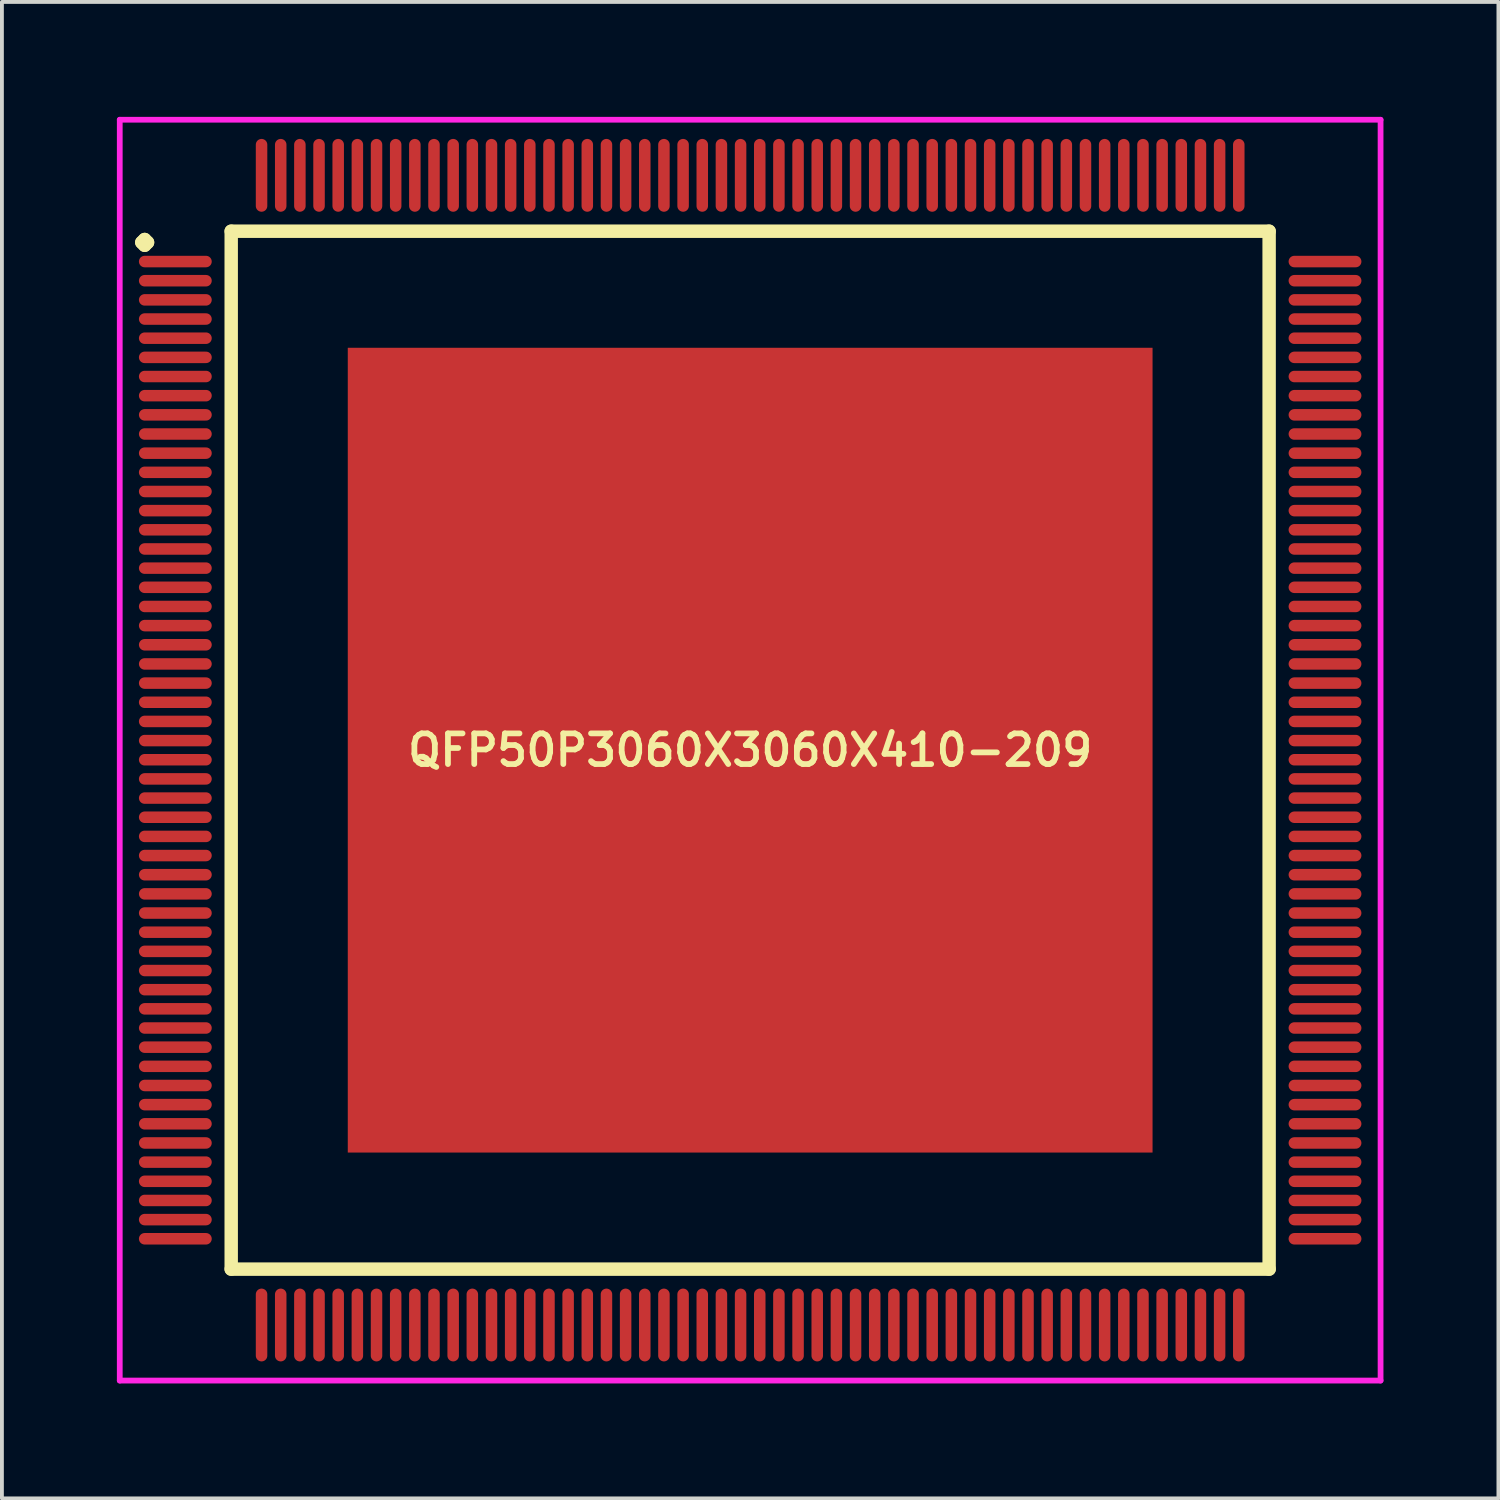
<source format=kicad_pcb>
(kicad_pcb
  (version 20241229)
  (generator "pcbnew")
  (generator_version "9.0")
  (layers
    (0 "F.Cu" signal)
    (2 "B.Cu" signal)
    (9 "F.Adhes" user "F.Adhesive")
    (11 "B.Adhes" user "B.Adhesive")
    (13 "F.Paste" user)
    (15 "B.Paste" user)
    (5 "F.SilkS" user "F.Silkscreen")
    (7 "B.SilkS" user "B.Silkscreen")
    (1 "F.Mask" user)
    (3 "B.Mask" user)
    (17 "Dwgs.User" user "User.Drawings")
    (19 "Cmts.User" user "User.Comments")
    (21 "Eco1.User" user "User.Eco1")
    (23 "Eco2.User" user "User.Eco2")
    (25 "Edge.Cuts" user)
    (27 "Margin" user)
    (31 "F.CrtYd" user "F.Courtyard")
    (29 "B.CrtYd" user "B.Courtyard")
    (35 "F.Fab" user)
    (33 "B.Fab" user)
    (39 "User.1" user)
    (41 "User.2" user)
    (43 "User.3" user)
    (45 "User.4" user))
  (footprint "QFP50P3060X3060X410-209"
    (layer "F.Cu")
    (at 16.525 16.525)
    (property "Reference" "QFP50P3060X3060X410-209" (at 0 0 0) (layer "F.SilkS") (effects (font (size 0.8 0.8) (thickness 0.15))))
    (attr smd)
    (fp_line (start -15.875 -13.25) (end -15.8 -13.325) (stroke (width 0.35) (type solid)) (layer "F.SilkS"))
    (fp_line (start -15.8 -13.325) (end -15.725 -13.25) (stroke (width 0.35) (type solid)) (layer "F.SilkS"))
    (fp_line (start -15.8 -13.175) (end -15.875 -13.25) (stroke (width 0.35) (type solid)) (layer "F.SilkS"))
    (fp_line (start -15.725 -13.25) (end -15.8 -13.175) (stroke (width 0.35) (type solid)) (layer "F.SilkS"))
    (fp_line (start -13.542 -13.542) (end -13.542 13.542) (stroke (width 0.35) (type solid)) (layer "F.SilkS"))
    (fp_line (start -13.542 13.542) (end 13.542 13.542) (stroke (width 0.35) (type solid)) (layer "F.SilkS"))
    (fp_line (start 13.542 -13.542) (end -13.542 -13.542) (stroke (width 0.35) (type solid)) (layer "F.SilkS"))
    (fp_line (start 13.542 13.542) (end 13.542 -13.542) (stroke (width 0.35) (type solid)) (layer "F.SilkS"))
    (fp_line (start -16.45 -16.45) (end 16.45 -16.45) (stroke (width 0.15) (type solid)) (layer "F.CrtYd"))
    (fp_line (start -16.45 16.45) (end -16.45 -16.45) (stroke (width 0.15) (type solid)) (layer "F.CrtYd"))
    (fp_line (start 16.45 -16.45) (end 16.45 16.45) (stroke (width 0.15) (type solid)) (layer "F.CrtYd"))
    (fp_line (start 16.45 16.45) (end -16.45 16.45) (stroke (width 0.15) (type solid)) (layer "F.CrtYd"))
    (pad "1" smd oval (at -15 -12.75) (size 1.9 0.3) (layers "F.Cu" "F.Mask" "F.Paste"))
    (pad "2" smd oval (at -15 -12.25) (size 1.9 0.3) (layers "F.Cu" "F.Mask" "F.Paste"))
    (pad "3" smd oval (at -15 -11.75) (size 1.9 0.3) (layers "F.Cu" "F.Mask" "F.Paste"))
    (pad "4" smd oval (at -15 -11.25) (size 1.9 0.3) (layers "F.Cu" "F.Mask" "F.Paste"))
    (pad "5" smd oval (at -15 -10.75) (size 1.9 0.3) (layers "F.Cu" "F.Mask" "F.Paste"))
    (pad "6" smd oval (at -15 -10.25) (size 1.9 0.3) (layers "F.Cu" "F.Mask" "F.Paste"))
    (pad "7" smd oval (at -15 -9.75) (size 1.9 0.3) (layers "F.Cu" "F.Mask" "F.Paste"))
    (pad "8" smd oval (at -15 -9.25) (size 1.9 0.3) (layers "F.Cu" "F.Mask" "F.Paste"))
    (pad "9" smd oval (at -15 -8.75) (size 1.9 0.3) (layers "F.Cu" "F.Mask" "F.Paste"))
    (pad "10" smd oval (at -15 -8.25) (size 1.9 0.3) (layers "F.Cu" "F.Mask" "F.Paste"))
    (pad "11" smd oval (at -15 -7.75) (size 1.9 0.3) (layers "F.Cu" "F.Mask" "F.Paste"))
    (pad "12" smd oval (at -15 -7.25) (size 1.9 0.3) (layers "F.Cu" "F.Mask" "F.Paste"))
    (pad "13" smd oval (at -15 -6.75) (size 1.9 0.3) (layers "F.Cu" "F.Mask" "F.Paste"))
    (pad "14" smd oval (at -15 -6.25) (size 1.9 0.3) (layers "F.Cu" "F.Mask" "F.Paste"))
    (pad "15" smd oval (at -15 -5.75) (size 1.9 0.3) (layers "F.Cu" "F.Mask" "F.Paste"))
    (pad "16" smd oval (at -15 -5.25) (size 1.9 0.3) (layers "F.Cu" "F.Mask" "F.Paste"))
    (pad "17" smd oval (at -15 -4.75) (size 1.9 0.3) (layers "F.Cu" "F.Mask" "F.Paste"))
    (pad "18" smd oval (at -15 -4.25) (size 1.9 0.3) (layers "F.Cu" "F.Mask" "F.Paste"))
    (pad "19" smd oval (at -15 -3.75) (size 1.9 0.3) (layers "F.Cu" "F.Mask" "F.Paste"))
    (pad "20" smd oval (at -15 -3.25) (size 1.9 0.3) (layers "F.Cu" "F.Mask" "F.Paste"))
    (pad "21" smd oval (at -15 -2.75) (size 1.9 0.3) (layers "F.Cu" "F.Mask" "F.Paste"))
    (pad "22" smd oval (at -15 -2.25) (size 1.9 0.3) (layers "F.Cu" "F.Mask" "F.Paste"))
    (pad "23" smd oval (at -15 -1.75) (size 1.9 0.3) (layers "F.Cu" "F.Mask" "F.Paste"))
    (pad "24" smd oval (at -15 -1.25) (size 1.9 0.3) (layers "F.Cu" "F.Mask" "F.Paste"))
    (pad "25" smd oval (at -15 -0.75) (size 1.9 0.3) (layers "F.Cu" "F.Mask" "F.Paste"))
    (pad "26" smd oval (at -15 -0.25) (size 1.9 0.3) (layers "F.Cu" "F.Mask" "F.Paste"))
    (pad "27" smd oval (at -15 0.25) (size 1.9 0.3) (layers "F.Cu" "F.Mask" "F.Paste"))
    (pad "28" smd oval (at -15 0.75) (size 1.9 0.3) (layers "F.Cu" "F.Mask" "F.Paste"))
    (pad "29" smd oval (at -15 1.25) (size 1.9 0.3) (layers "F.Cu" "F.Mask" "F.Paste"))
    (pad "30" smd oval (at -15 1.75) (size 1.9 0.3) (layers "F.Cu" "F.Mask" "F.Paste"))
    (pad "31" smd oval (at -15 2.25) (size 1.9 0.3) (layers "F.Cu" "F.Mask" "F.Paste"))
    (pad "32" smd oval (at -15 2.75) (size 1.9 0.3) (layers "F.Cu" "F.Mask" "F.Paste"))
    (pad "33" smd oval (at -15 3.25) (size 1.9 0.3) (layers "F.Cu" "F.Mask" "F.Paste"))
    (pad "34" smd oval (at -15 3.75) (size 1.9 0.3) (layers "F.Cu" "F.Mask" "F.Paste"))
    (pad "35" smd oval (at -15 4.25) (size 1.9 0.3) (layers "F.Cu" "F.Mask" "F.Paste"))
    (pad "36" smd oval (at -15 4.75) (size 1.9 0.3) (layers "F.Cu" "F.Mask" "F.Paste"))
    (pad "37" smd oval (at -15 5.25) (size 1.9 0.3) (layers "F.Cu" "F.Mask" "F.Paste"))
    (pad "38" smd oval (at -15 5.75) (size 1.9 0.3) (layers "F.Cu" "F.Mask" "F.Paste"))
    (pad "39" smd oval (at -15 6.25) (size 1.9 0.3) (layers "F.Cu" "F.Mask" "F.Paste"))
    (pad "40" smd oval (at -15 6.75) (size 1.9 0.3) (layers "F.Cu" "F.Mask" "F.Paste"))
    (pad "41" smd oval (at -15 7.25) (size 1.9 0.3) (layers "F.Cu" "F.Mask" "F.Paste"))
    (pad "42" smd oval (at -15 7.75) (size 1.9 0.3) (layers "F.Cu" "F.Mask" "F.Paste"))
    (pad "43" smd oval (at -15 8.25) (size 1.9 0.3) (layers "F.Cu" "F.Mask" "F.Paste"))
    (pad "44" smd oval (at -15 8.75) (size 1.9 0.3) (layers "F.Cu" "F.Mask" "F.Paste"))
    (pad "45" smd oval (at -15 9.25) (size 1.9 0.3) (layers "F.Cu" "F.Mask" "F.Paste"))
    (pad "46" smd oval (at -15 9.75) (size 1.9 0.3) (layers "F.Cu" "F.Mask" "F.Paste"))
    (pad "47" smd oval (at -15 10.25) (size 1.9 0.3) (layers "F.Cu" "F.Mask" "F.Paste"))
    (pad "48" smd oval (at -15 10.75) (size 1.9 0.3) (layers "F.Cu" "F.Mask" "F.Paste"))
    (pad "49" smd oval (at -15 11.25) (size 1.9 0.3) (layers "F.Cu" "F.Mask" "F.Paste"))
    (pad "50" smd oval (at -15 11.75) (size 1.9 0.3) (layers "F.Cu" "F.Mask" "F.Paste"))
    (pad "51" smd oval (at -15 12.25) (size 1.9 0.3) (layers "F.Cu" "F.Mask" "F.Paste"))
    (pad "52" smd oval (at -15 12.75) (size 1.9 0.3) (layers "F.Cu" "F.Mask" "F.Paste"))
    (pad "53" smd oval (at -12.75 15) (size 0.3 1.9) (layers "F.Cu" "F.Mask" "F.Paste"))
    (pad "54" smd oval (at -12.25 15) (size 0.3 1.9) (layers "F.Cu" "F.Mask" "F.Paste"))
    (pad "55" smd oval (at -11.75 15) (size 0.3 1.9) (layers "F.Cu" "F.Mask" "F.Paste"))
    (pad "56" smd oval (at -11.25 15) (size 0.3 1.9) (layers "F.Cu" "F.Mask" "F.Paste"))
    (pad "57" smd oval (at -10.75 15) (size 0.3 1.9) (layers "F.Cu" "F.Mask" "F.Paste"))
    (pad "58" smd oval (at -10.25 15) (size 0.3 1.9) (layers "F.Cu" "F.Mask" "F.Paste"))
    (pad "59" smd oval (at -9.75 15) (size 0.3 1.9) (layers "F.Cu" "F.Mask" "F.Paste"))
    (pad "60" smd oval (at -9.25 15) (size 0.3 1.9) (layers "F.Cu" "F.Mask" "F.Paste"))
    (pad "61" smd oval (at -8.75 15) (size 0.3 1.9) (layers "F.Cu" "F.Mask" "F.Paste"))
    (pad "62" smd oval (at -8.25 15) (size 0.3 1.9) (layers "F.Cu" "F.Mask" "F.Paste"))
    (pad "63" smd oval (at -7.75 15) (size 0.3 1.9) (layers "F.Cu" "F.Mask" "F.Paste"))
    (pad "64" smd oval (at -7.25 15) (size 0.3 1.9) (layers "F.Cu" "F.Mask" "F.Paste"))
    (pad "65" smd oval (at -6.75 15) (size 0.3 1.9) (layers "F.Cu" "F.Mask" "F.Paste"))
    (pad "66" smd oval (at -6.25 15) (size 0.3 1.9) (layers "F.Cu" "F.Mask" "F.Paste"))
    (pad "67" smd oval (at -5.75 15) (size 0.3 1.9) (layers "F.Cu" "F.Mask" "F.Paste"))
    (pad "68" smd oval (at -5.25 15) (size 0.3 1.9) (layers "F.Cu" "F.Mask" "F.Paste"))
    (pad "69" smd oval (at -4.75 15) (size 0.3 1.9) (layers "F.Cu" "F.Mask" "F.Paste"))
    (pad "70" smd oval (at -4.25 15) (size 0.3 1.9) (layers "F.Cu" "F.Mask" "F.Paste"))
    (pad "71" smd oval (at -3.75 15) (size 0.3 1.9) (layers "F.Cu" "F.Mask" "F.Paste"))
    (pad "72" smd oval (at -3.25 15) (size 0.3 1.9) (layers "F.Cu" "F.Mask" "F.Paste"))
    (pad "73" smd oval (at -2.75 15) (size 0.3 1.9) (layers "F.Cu" "F.Mask" "F.Paste"))
    (pad "74" smd oval (at -2.25 15) (size 0.3 1.9) (layers "F.Cu" "F.Mask" "F.Paste"))
    (pad "75" smd oval (at -1.75 15) (size 0.3 1.9) (layers "F.Cu" "F.Mask" "F.Paste"))
    (pad "76" smd oval (at -1.25 15) (size 0.3 1.9) (layers "F.Cu" "F.Mask" "F.Paste"))
    (pad "77" smd oval (at -0.75 15) (size 0.3 1.9) (layers "F.Cu" "F.Mask" "F.Paste"))
    (pad "78" smd oval (at -0.25 15) (size 0.3 1.9) (layers "F.Cu" "F.Mask" "F.Paste"))
    (pad "79" smd oval (at 0.25 15) (size 0.3 1.9) (layers "F.Cu" "F.Mask" "F.Paste"))
    (pad "80" smd oval (at 0.75 15) (size 0.3 1.9) (layers "F.Cu" "F.Mask" "F.Paste"))
    (pad "81" smd oval (at 1.25 15) (size 0.3 1.9) (layers "F.Cu" "F.Mask" "F.Paste"))
    (pad "82" smd oval (at 1.75 15) (size 0.3 1.9) (layers "F.Cu" "F.Mask" "F.Paste"))
    (pad "83" smd oval (at 2.25 15) (size 0.3 1.9) (layers "F.Cu" "F.Mask" "F.Paste"))
    (pad "84" smd oval (at 2.75 15) (size 0.3 1.9) (layers "F.Cu" "F.Mask" "F.Paste"))
    (pad "85" smd oval (at 3.25 15) (size 0.3 1.9) (layers "F.Cu" "F.Mask" "F.Paste"))
    (pad "86" smd oval (at 3.75 15) (size 0.3 1.9) (layers "F.Cu" "F.Mask" "F.Paste"))
    (pad "87" smd oval (at 4.25 15) (size 0.3 1.9) (layers "F.Cu" "F.Mask" "F.Paste"))
    (pad "88" smd oval (at 4.75 15) (size 0.3 1.9) (layers "F.Cu" "F.Mask" "F.Paste"))
    (pad "89" smd oval (at 5.25 15) (size 0.3 1.9) (layers "F.Cu" "F.Mask" "F.Paste"))
    (pad "90" smd oval (at 5.75 15) (size 0.3 1.9) (layers "F.Cu" "F.Mask" "F.Paste"))
    (pad "91" smd oval (at 6.25 15) (size 0.3 1.9) (layers "F.Cu" "F.Mask" "F.Paste"))
    (pad "92" smd oval (at 6.75 15) (size 0.3 1.9) (layers "F.Cu" "F.Mask" "F.Paste"))
    (pad "93" smd oval (at 7.25 15) (size 0.3 1.9) (layers "F.Cu" "F.Mask" "F.Paste"))
    (pad "94" smd oval (at 7.75 15) (size 0.3 1.9) (layers "F.Cu" "F.Mask" "F.Paste"))
    (pad "95" smd oval (at 8.25 15) (size 0.3 1.9) (layers "F.Cu" "F.Mask" "F.Paste"))
    (pad "96" smd oval (at 8.75 15) (size 0.3 1.9) (layers "F.Cu" "F.Mask" "F.Paste"))
    (pad "97" smd oval (at 9.25 15) (size 0.3 1.9) (layers "F.Cu" "F.Mask" "F.Paste"))
    (pad "98" smd oval (at 9.75 15) (size 0.3 1.9) (layers "F.Cu" "F.Mask" "F.Paste"))
    (pad "99" smd oval (at 10.25 15) (size 0.3 1.9) (layers "F.Cu" "F.Mask" "F.Paste"))
    (pad "100" smd oval (at 10.75 15) (size 0.3 1.9) (layers "F.Cu" "F.Mask" "F.Paste"))
    (pad "101" smd oval (at 11.25 15) (size 0.3 1.9) (layers "F.Cu" "F.Mask" "F.Paste"))
    (pad "102" smd oval (at 11.75 15) (size 0.3 1.9) (layers "F.Cu" "F.Mask" "F.Paste"))
    (pad "103" smd oval (at 12.25 15) (size 0.3 1.9) (layers "F.Cu" "F.Mask" "F.Paste"))
    (pad "104" smd oval (at 12.75 15) (size 0.3 1.9) (layers "F.Cu" "F.Mask" "F.Paste"))
    (pad "105" smd oval (at 15 12.75) (size 1.9 0.3) (layers "F.Cu" "F.Mask" "F.Paste"))
    (pad "106" smd oval (at 15 12.25) (size 1.9 0.3) (layers "F.Cu" "F.Mask" "F.Paste"))
    (pad "107" smd oval (at 15 11.75) (size 1.9 0.3) (layers "F.Cu" "F.Mask" "F.Paste"))
    (pad "108" smd oval (at 15 11.25) (size 1.9 0.3) (layers "F.Cu" "F.Mask" "F.Paste"))
    (pad "109" smd oval (at 15 10.75) (size 1.9 0.3) (layers "F.Cu" "F.Mask" "F.Paste"))
    (pad "110" smd oval (at 15 10.25) (size 1.9 0.3) (layers "F.Cu" "F.Mask" "F.Paste"))
    (pad "111" smd oval (at 15 9.75) (size 1.9 0.3) (layers "F.Cu" "F.Mask" "F.Paste"))
    (pad "112" smd oval (at 15 9.25) (size 1.9 0.3) (layers "F.Cu" "F.Mask" "F.Paste"))
    (pad "113" smd oval (at 15 8.75) (size 1.9 0.3) (layers "F.Cu" "F.Mask" "F.Paste"))
    (pad "114" smd oval (at 15 8.25) (size 1.9 0.3) (layers "F.Cu" "F.Mask" "F.Paste"))
    (pad "115" smd oval (at 15 7.75) (size 1.9 0.3) (layers "F.Cu" "F.Mask" "F.Paste"))
    (pad "116" smd oval (at 15 7.25) (size 1.9 0.3) (layers "F.Cu" "F.Mask" "F.Paste"))
    (pad "117" smd oval (at 15 6.75) (size 1.9 0.3) (layers "F.Cu" "F.Mask" "F.Paste"))
    (pad "118" smd oval (at 15 6.25) (size 1.9 0.3) (layers "F.Cu" "F.Mask" "F.Paste"))
    (pad "119" smd oval (at 15 5.75) (size 1.9 0.3) (layers "F.Cu" "F.Mask" "F.Paste"))
    (pad "120" smd oval (at 15 5.25) (size 1.9 0.3) (layers "F.Cu" "F.Mask" "F.Paste"))
    (pad "121" smd oval (at 15 4.75) (size 1.9 0.3) (layers "F.Cu" "F.Mask" "F.Paste"))
    (pad "122" smd oval (at 15 4.25) (size 1.9 0.3) (layers "F.Cu" "F.Mask" "F.Paste"))
    (pad "123" smd oval (at 15 3.75) (size 1.9 0.3) (layers "F.Cu" "F.Mask" "F.Paste"))
    (pad "124" smd oval (at 15 3.25) (size 1.9 0.3) (layers "F.Cu" "F.Mask" "F.Paste"))
    (pad "125" smd oval (at 15 2.75) (size 1.9 0.3) (layers "F.Cu" "F.Mask" "F.Paste"))
    (pad "126" smd oval (at 15 2.25) (size 1.9 0.3) (layers "F.Cu" "F.Mask" "F.Paste"))
    (pad "127" smd oval (at 15 1.75) (size 1.9 0.3) (layers "F.Cu" "F.Mask" "F.Paste"))
    (pad "128" smd oval (at 15 1.25) (size 1.9 0.3) (layers "F.Cu" "F.Mask" "F.Paste"))
    (pad "129" smd oval (at 15 0.75) (size 1.9 0.3) (layers "F.Cu" "F.Mask" "F.Paste"))
    (pad "130" smd oval (at 15 0.25) (size 1.9 0.3) (layers "F.Cu" "F.Mask" "F.Paste"))
    (pad "131" smd oval (at 15 -0.25) (size 1.9 0.3) (layers "F.Cu" "F.Mask" "F.Paste"))
    (pad "132" smd oval (at 15 -0.75) (size 1.9 0.3) (layers "F.Cu" "F.Mask" "F.Paste"))
    (pad "133" smd oval (at 15 -1.25) (size 1.9 0.3) (layers "F.Cu" "F.Mask" "F.Paste"))
    (pad "134" smd oval (at 15 -1.75) (size 1.9 0.3) (layers "F.Cu" "F.Mask" "F.Paste"))
    (pad "135" smd oval (at 15 -2.25) (size 1.9 0.3) (layers "F.Cu" "F.Mask" "F.Paste"))
    (pad "136" smd oval (at 15 -2.75) (size 1.9 0.3) (layers "F.Cu" "F.Mask" "F.Paste"))
    (pad "137" smd oval (at 15 -3.25) (size 1.9 0.3) (layers "F.Cu" "F.Mask" "F.Paste"))
    (pad "138" smd oval (at 15 -3.75) (size 1.9 0.3) (layers "F.Cu" "F.Mask" "F.Paste"))
    (pad "139" smd oval (at 15 -4.25) (size 1.9 0.3) (layers "F.Cu" "F.Mask" "F.Paste"))
    (pad "140" smd oval (at 15 -4.75) (size 1.9 0.3) (layers "F.Cu" "F.Mask" "F.Paste"))
    (pad "141" smd oval (at 15 -5.25) (size 1.9 0.3) (layers "F.Cu" "F.Mask" "F.Paste"))
    (pad "142" smd oval (at 15 -5.75) (size 1.9 0.3) (layers "F.Cu" "F.Mask" "F.Paste"))
    (pad "143" smd oval (at 15 -6.25) (size 1.9 0.3) (layers "F.Cu" "F.Mask" "F.Paste"))
    (pad "144" smd oval (at 15 -6.75) (size 1.9 0.3) (layers "F.Cu" "F.Mask" "F.Paste"))
    (pad "145" smd oval (at 15 -7.25) (size 1.9 0.3) (layers "F.Cu" "F.Mask" "F.Paste"))
    (pad "146" smd oval (at 15 -7.75) (size 1.9 0.3) (layers "F.Cu" "F.Mask" "F.Paste"))
    (pad "147" smd oval (at 15 -8.25) (size 1.9 0.3) (layers "F.Cu" "F.Mask" "F.Paste"))
    (pad "148" smd oval (at 15 -8.75) (size 1.9 0.3) (layers "F.Cu" "F.Mask" "F.Paste"))
    (pad "149" smd oval (at 15 -9.25) (size 1.9 0.3) (layers "F.Cu" "F.Mask" "F.Paste"))
    (pad "150" smd oval (at 15 -9.75) (size 1.9 0.3) (layers "F.Cu" "F.Mask" "F.Paste"))
    (pad "151" smd oval (at 15 -10.25) (size 1.9 0.3) (layers "F.Cu" "F.Mask" "F.Paste"))
    (pad "152" smd oval (at 15 -10.75) (size 1.9 0.3) (layers "F.Cu" "F.Mask" "F.Paste"))
    (pad "153" smd oval (at 15 -11.25) (size 1.9 0.3) (layers "F.Cu" "F.Mask" "F.Paste"))
    (pad "154" smd oval (at 15 -11.75) (size 1.9 0.3) (layers "F.Cu" "F.Mask" "F.Paste"))
    (pad "155" smd oval (at 15 -12.25) (size 1.9 0.3) (layers "F.Cu" "F.Mask" "F.Paste"))
    (pad "156" smd oval (at 15 -12.75) (size 1.9 0.3) (layers "F.Cu" "F.Mask" "F.Paste"))
    (pad "157" smd oval (at 12.75 -15) (size 0.3 1.9) (layers "F.Cu" "F.Mask" "F.Paste"))
    (pad "158" smd oval (at 12.25 -15) (size 0.3 1.9) (layers "F.Cu" "F.Mask" "F.Paste"))
    (pad "159" smd oval (at 11.75 -15) (size 0.3 1.9) (layers "F.Cu" "F.Mask" "F.Paste"))
    (pad "160" smd oval (at 11.25 -15) (size 0.3 1.9) (layers "F.Cu" "F.Mask" "F.Paste"))
    (pad "161" smd oval (at 10.75 -15) (size 0.3 1.9) (layers "F.Cu" "F.Mask" "F.Paste"))
    (pad "162" smd oval (at 10.25 -15) (size 0.3 1.9) (layers "F.Cu" "F.Mask" "F.Paste"))
    (pad "163" smd oval (at 9.75 -15) (size 0.3 1.9) (layers "F.Cu" "F.Mask" "F.Paste"))
    (pad "164" smd oval (at 9.25 -15) (size 0.3 1.9) (layers "F.Cu" "F.Mask" "F.Paste"))
    (pad "165" smd oval (at 8.75 -15) (size 0.3 1.9) (layers "F.Cu" "F.Mask" "F.Paste"))
    (pad "166" smd oval (at 8.25 -15) (size 0.3 1.9) (layers "F.Cu" "F.Mask" "F.Paste"))
    (pad "167" smd oval (at 7.75 -15) (size 0.3 1.9) (layers "F.Cu" "F.Mask" "F.Paste"))
    (pad "168" smd oval (at 7.25 -15) (size 0.3 1.9) (layers "F.Cu" "F.Mask" "F.Paste"))
    (pad "169" smd oval (at 6.75 -15) (size 0.3 1.9) (layers "F.Cu" "F.Mask" "F.Paste"))
    (pad "170" smd oval (at 6.25 -15) (size 0.3 1.9) (layers "F.Cu" "F.Mask" "F.Paste"))
    (pad "171" smd oval (at 5.75 -15) (size 0.3 1.9) (layers "F.Cu" "F.Mask" "F.Paste"))
    (pad "172" smd oval (at 5.25 -15) (size 0.3 1.9) (layers "F.Cu" "F.Mask" "F.Paste"))
    (pad "173" smd oval (at 4.75 -15) (size 0.3 1.9) (layers "F.Cu" "F.Mask" "F.Paste"))
    (pad "174" smd oval (at 4.25 -15) (size 0.3 1.9) (layers "F.Cu" "F.Mask" "F.Paste"))
    (pad "175" smd oval (at 3.75 -15) (size 0.3 1.9) (layers "F.Cu" "F.Mask" "F.Paste"))
    (pad "176" smd oval (at 3.25 -15) (size 0.3 1.9) (layers "F.Cu" "F.Mask" "F.Paste"))
    (pad "177" smd oval (at 2.75 -15) (size 0.3 1.9) (layers "F.Cu" "F.Mask" "F.Paste"))
    (pad "178" smd oval (at 2.25 -15) (size 0.3 1.9) (layers "F.Cu" "F.Mask" "F.Paste"))
    (pad "179" smd oval (at 1.75 -15) (size 0.3 1.9) (layers "F.Cu" "F.Mask" "F.Paste"))
    (pad "180" smd oval (at 1.25 -15) (size 0.3 1.9) (layers "F.Cu" "F.Mask" "F.Paste"))
    (pad "181" smd oval (at 0.75 -15) (size 0.3 1.9) (layers "F.Cu" "F.Mask" "F.Paste"))
    (pad "182" smd oval (at 0.25 -15) (size 0.3 1.9) (layers "F.Cu" "F.Mask" "F.Paste"))
    (pad "183" smd oval (at -0.25 -15) (size 0.3 1.9) (layers "F.Cu" "F.Mask" "F.Paste"))
    (pad "184" smd oval (at -0.75 -15) (size 0.3 1.9) (layers "F.Cu" "F.Mask" "F.Paste"))
    (pad "185" smd oval (at -1.25 -15) (size 0.3 1.9) (layers "F.Cu" "F.Mask" "F.Paste"))
    (pad "186" smd oval (at -1.75 -15) (size 0.3 1.9) (layers "F.Cu" "F.Mask" "F.Paste"))
    (pad "187" smd oval (at -2.25 -15) (size 0.3 1.9) (layers "F.Cu" "F.Mask" "F.Paste"))
    (pad "188" smd oval (at -2.75 -15) (size 0.3 1.9) (layers "F.Cu" "F.Mask" "F.Paste"))
    (pad "189" smd oval (at -3.25 -15) (size 0.3 1.9) (layers "F.Cu" "F.Mask" "F.Paste"))
    (pad "190" smd oval (at -3.75 -15) (size 0.3 1.9) (layers "F.Cu" "F.Mask" "F.Paste"))
    (pad "191" smd oval (at -4.25 -15) (size 0.3 1.9) (layers "F.Cu" "F.Mask" "F.Paste"))
    (pad "192" smd oval (at -4.75 -15) (size 0.3 1.9) (layers "F.Cu" "F.Mask" "F.Paste"))
    (pad "193" smd oval (at -5.25 -15) (size 0.3 1.9) (layers "F.Cu" "F.Mask" "F.Paste"))
    (pad "194" smd oval (at -5.75 -15) (size 0.3 1.9) (layers "F.Cu" "F.Mask" "F.Paste"))
    (pad "195" smd oval (at -6.25 -15) (size 0.3 1.9) (layers "F.Cu" "F.Mask" "F.Paste"))
    (pad "196" smd oval (at -6.75 -15) (size 0.3 1.9) (layers "F.Cu" "F.Mask" "F.Paste"))
    (pad "197" smd oval (at -7.25 -15) (size 0.3 1.9) (layers "F.Cu" "F.Mask" "F.Paste"))
    (pad "198" smd oval (at -7.75 -15) (size 0.3 1.9) (layers "F.Cu" "F.Mask" "F.Paste"))
    (pad "199" smd oval (at -8.25 -15) (size 0.3 1.9) (layers "F.Cu" "F.Mask" "F.Paste"))
    (pad "200" smd oval (at -8.75 -15) (size 0.3 1.9) (layers "F.Cu" "F.Mask" "F.Paste"))
    (pad "201" smd oval (at -9.25 -15) (size 0.3 1.9) (layers "F.Cu" "F.Mask" "F.Paste"))
    (pad "202" smd oval (at -9.75 -15) (size 0.3 1.9) (layers "F.Cu" "F.Mask" "F.Paste"))
    (pad "203" smd oval (at -10.25 -15) (size 0.3 1.9) (layers "F.Cu" "F.Mask" "F.Paste"))
    (pad "204" smd oval (at -10.75 -15) (size 0.3 1.9) (layers "F.Cu" "F.Mask" "F.Paste"))
    (pad "205" smd oval (at -11.25 -15) (size 0.3 1.9) (layers "F.Cu" "F.Mask" "F.Paste"))
    (pad "206" smd oval (at -11.75 -15) (size 0.3 1.9) (layers "F.Cu" "F.Mask" "F.Paste"))
    (pad "207" smd oval (at -12.25 -15) (size 0.3 1.9) (layers "F.Cu" "F.Mask" "F.Paste"))
    (pad "208" smd oval (at -12.75 -15) (size 0.3 1.9) (layers "F.Cu" "F.Mask" "F.Paste"))
    (pad "209" smd rect (at 0 0) (size 21 21) (layers "F.Cu" "F.Mask" "F.Paste")))
  (gr_rect
    (start -3 -3)
    (end 36.05 36.05)
    (stroke (width 0.1) (type default))
    (fill no)
    (layer "Edge.Cuts")))
</source>
